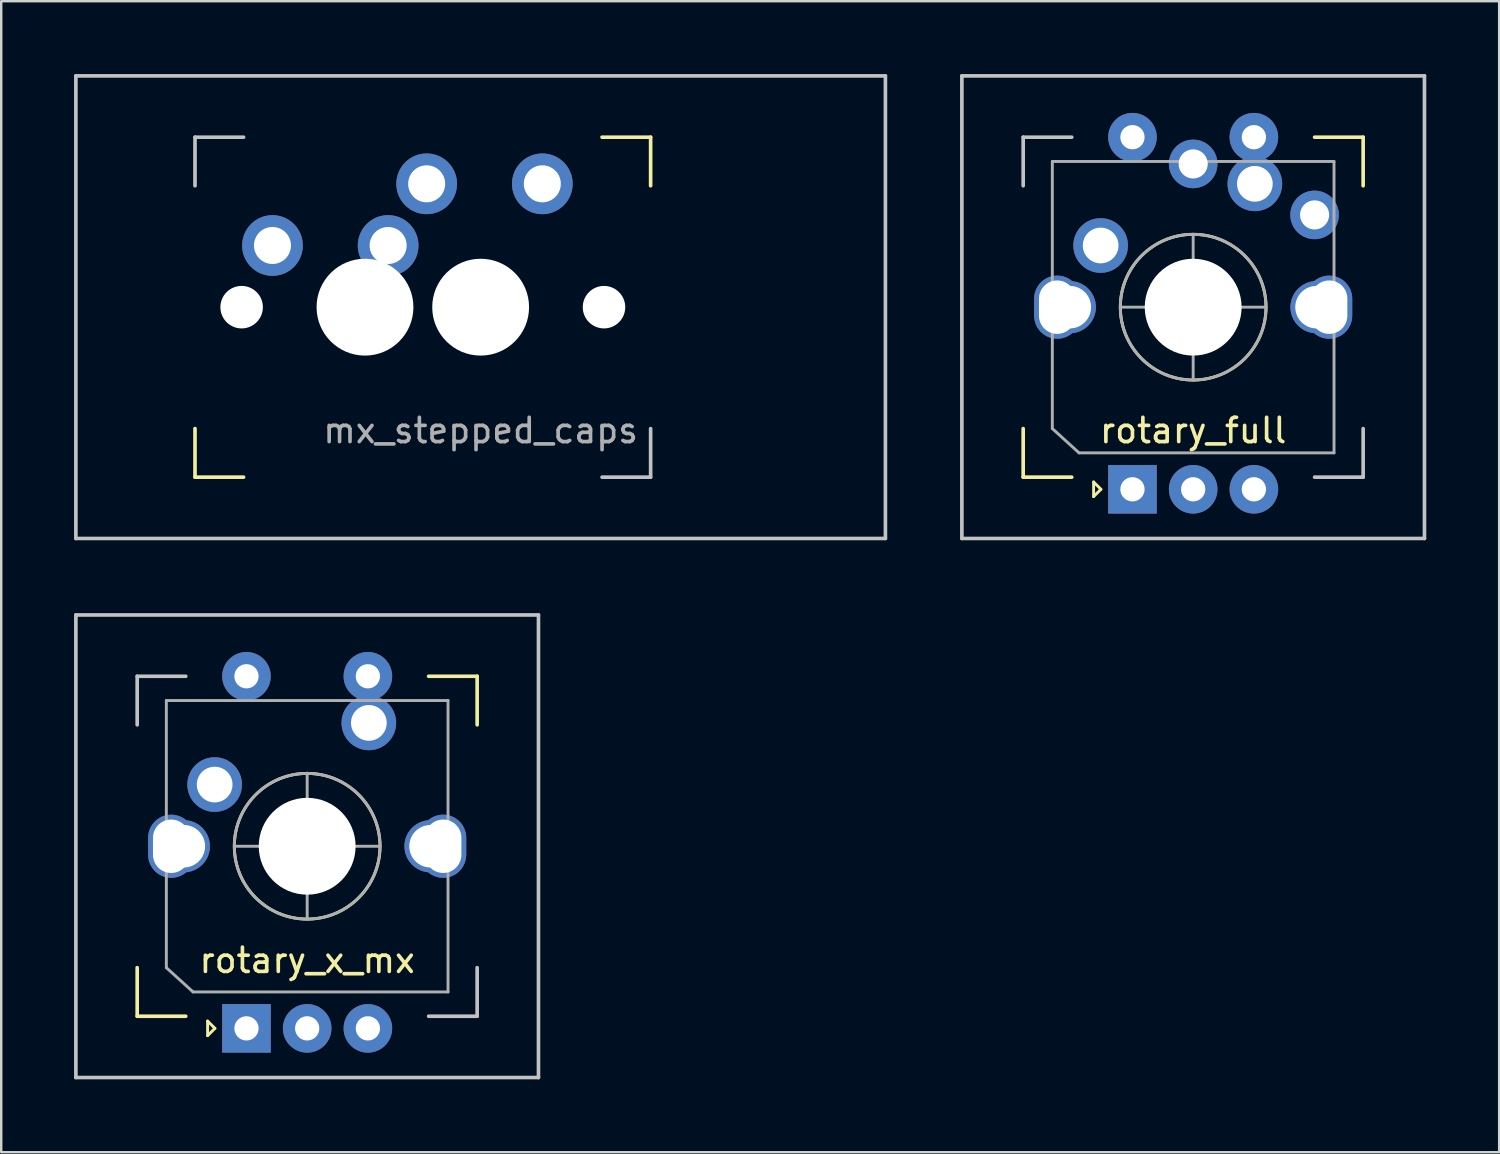
<source format=kicad_pcb>
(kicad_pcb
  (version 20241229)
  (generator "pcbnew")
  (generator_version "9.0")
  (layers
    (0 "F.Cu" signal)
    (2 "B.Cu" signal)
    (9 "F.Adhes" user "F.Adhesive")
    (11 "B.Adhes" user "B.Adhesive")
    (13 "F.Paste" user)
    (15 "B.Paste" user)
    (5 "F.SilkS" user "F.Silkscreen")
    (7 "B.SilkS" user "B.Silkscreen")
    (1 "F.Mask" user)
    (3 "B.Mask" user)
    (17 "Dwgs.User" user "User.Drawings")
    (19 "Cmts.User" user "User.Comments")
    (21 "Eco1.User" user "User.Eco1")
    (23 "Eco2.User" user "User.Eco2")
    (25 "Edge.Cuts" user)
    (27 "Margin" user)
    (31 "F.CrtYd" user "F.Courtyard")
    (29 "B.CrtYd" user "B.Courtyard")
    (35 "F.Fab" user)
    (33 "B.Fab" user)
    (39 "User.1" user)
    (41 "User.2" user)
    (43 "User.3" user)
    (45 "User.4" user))
  (footprint "rotary_x_mx"
    (layer "F.Cu")
    (at 9.6 31.8)
    (property "Reference" "rotary_x_mx" (at 0 4.699 0) (layer "F.SilkS") (effects (font (size 1 1) (thickness 0.15))))
    (attr through_hole)
    (fp_line (start -7 5) (end -7 7) (stroke (width 0.15) (type solid)) (layer "F.SilkS"))
    (fp_line (start -7 7) (end -5 7) (stroke (width 0.15) (type solid)) (layer "F.SilkS"))
    (fp_line (start -4.1 7.2) (end -3.8 7.5) (stroke (width 0.12) (type solid)) (layer "F.SilkS"))
    (fp_line (start -4.1 7.8) (end -4.1 7.2) (stroke (width 0.12) (type solid)) (layer "F.SilkS"))
    (fp_line (start -3.8 7.5) (end -4.1 7.8) (stroke (width 0.12) (type solid)) (layer "F.SilkS"))
    (fp_line (start -0.5 0) (end 0.5 0) (stroke (width 0.12) (type solid)) (layer "F.SilkS"))
    (fp_line (start 0 0.5) (end 0 -0.5) (stroke (width 0.12) (type solid)) (layer "F.SilkS"))
    (fp_line (start 5 -7) (end 7 -7) (stroke (width 0.15) (type solid)) (layer "F.SilkS"))
    (fp_line (start 7 -7) (end 7 -5) (stroke (width 0.15) (type solid)) (layer "F.SilkS"))
    (fp_circle (center 0 0) (end 0 -3) (stroke (width 0.12) (type solid)) (fill no) (layer "F.SilkS"))
    (fp_line (start -9.525 -9.525) (end 9.525 -9.525) (stroke (width 0.15) (type solid)) (layer "Dwgs.User"))
    (fp_line (start -9.525 9.525) (end -9.525 -9.525) (stroke (width 0.15) (type solid)) (layer "Dwgs.User"))
    (fp_line (start -7 -7) (end -7 -5) (stroke (width 0.15) (type solid)) (layer "Dwgs.User"))
    (fp_line (start -5 -7) (end -7 -7) (stroke (width 0.15) (type solid)) (layer "Dwgs.User"))
    (fp_line (start 5 7) (end 7 7) (stroke (width 0.15) (type solid)) (layer "Dwgs.User"))
    (fp_line (start 7 7) (end 7 5) (stroke (width 0.15) (type solid)) (layer "Dwgs.User"))
    (fp_line (start 9.525 -9.525) (end 9.525 9.525) (stroke (width 0.15) (type solid)) (layer "Dwgs.User"))
    (fp_line (start 9.525 9.525) (end -9.525 9.525) (stroke (width 0.15) (type solid)) (layer "Dwgs.User"))
    (fp_line (start -5.8 -6) (end 5.8 -6) (stroke (width 0.12) (type solid)) (layer "F.Fab"))
    (fp_line (start -5.8 5) (end -5.8 -6) (stroke (width 0.12) (type solid)) (layer "F.Fab"))
    (fp_line (start -4.7 6) (end -5.8 5) (stroke (width 0.12) (type solid)) (layer "F.Fab"))
    (fp_line (start -3 0) (end 3 0) (stroke (width 0.12) (type solid)) (layer "F.Fab"))
    (fp_line (start 0 3) (end 0 -3) (stroke (width 0.12) (type solid)) (layer "F.Fab"))
    (fp_line (start 5.8 -6) (end 5.8 6) (stroke (width 0.12) (type solid)) (layer "F.Fab"))
    (fp_line (start 5.8 6) (end -4.7 6) (stroke (width 0.12) (type solid)) (layer "F.Fab"))
    (fp_circle (center 0 0) (end 0 -3) (stroke (width 0.12) (type solid)) (fill no) (layer "F.Fab"))
    (pad "" np_thru_hole oval (at -5.6 0 90) (size 2.6 1.9) (drill oval 2.2 1.5) (layers "*.Cu" "*.Mask"))
    (pad "" np_thru_hole circle (at -5.08 0 48.1) (size 2.15 2.15) (drill 1.75) (layers "*.Cu" "*.Mask"))
    (pad "" np_thru_hole circle (at 0 0) (size 3.988 3.988) (drill 3.988) (layers "*.Cu" "*.Mask"))
    (pad "" np_thru_hole circle (at 5.08 0 48.1) (size 2.15 2.15) (drill 1.75) (layers "*.Cu" "*.Mask"))
    (pad "" np_thru_hole oval (at 5.6 0 90) (size 2.6 1.9) (drill oval 2.2 1.5) (layers "*.Cu" "*.Mask"))
    (pad "A" thru_hole rect (at -2.5 7.5 90) (size 2 2) (drill 1) (layers "*.Cu" "*.Mask"))
    (pad "B" thru_hole circle (at 2.5 7.5 90) (size 2 2) (drill 1) (layers "*.Cu" "*.Mask"))
    (pad "C" thru_hole circle (at 0 7.5 90) (size 2 2) (drill 1) (layers "*.Cu" "*.Mask"))
    (pad "S1" thru_hole circle (at 2.5 -7 90) (size 2 2) (drill 1) (layers "*.Cu" "*.Mask"))
    (pad "S1" thru_hole circle (at 2.54 -5.08) (size 2.25 2.25) (drill 1.47) (layers "*.Cu" "*.Mask"))
    (pad "S2" thru_hole circle (at -3.81 -2.54) (size 2.25 2.25) (drill 1.47) (layers "*.Cu" "*.Mask"))
    (pad "S2" thru_hole circle (at -2.5 -7 90) (size 2 2) (drill 1) (layers "*.Cu" "*.Mask")))
  (footprint "rotary_full"
    (layer "F.Cu")
    (at 46.087 9.6)
    (property "Reference" "rotary_full" (at 0 5.08 0) (layer "F.SilkS") (effects (font (size 1 1) (thickness 0.15))))
    (attr through_hole)
    (fp_line (start -7 5) (end -7 7) (stroke (width 0.15) (type solid)) (layer "F.SilkS"))
    (fp_line (start -7 7) (end -5 7) (stroke (width 0.15) (type solid)) (layer "F.SilkS"))
    (fp_line (start -4.1 7.2) (end -3.8 7.5) (stroke (width 0.12) (type solid)) (layer "F.SilkS"))
    (fp_line (start -4.1 7.8) (end -4.1 7.2) (stroke (width 0.12) (type solid)) (layer "F.SilkS"))
    (fp_line (start -3.8 7.5) (end -4.1 7.8) (stroke (width 0.12) (type solid)) (layer "F.SilkS"))
    (fp_line (start -0.5 0) (end 0.5 0) (stroke (width 0.12) (type solid)) (layer "F.SilkS"))
    (fp_line (start 0 0.5) (end 0 -0.5) (stroke (width 0.12) (type solid)) (layer "F.SilkS"))
    (fp_line (start 5 -7) (end 7 -7) (stroke (width 0.15) (type solid)) (layer "F.SilkS"))
    (fp_line (start 7 -7) (end 7 -5) (stroke (width 0.15) (type solid)) (layer "F.SilkS"))
    (fp_circle (center 0 0) (end 0 -3) (stroke (width 0.12) (type solid)) (fill no) (layer "F.SilkS"))
    (fp_line (start -9.525 -9.525) (end 9.525 -9.525) (stroke (width 0.15) (type solid)) (layer "Dwgs.User"))
    (fp_line (start -9.525 9.525) (end -9.525 -9.525) (stroke (width 0.15) (type solid)) (layer "Dwgs.User"))
    (fp_line (start -7 -7) (end -7 -5) (stroke (width 0.15) (type solid)) (layer "Dwgs.User"))
    (fp_line (start -5 -7) (end -7 -7) (stroke (width 0.15) (type solid)) (layer "Dwgs.User"))
    (fp_line (start 5 7) (end 7 7) (stroke (width 0.15) (type solid)) (layer "Dwgs.User"))
    (fp_line (start 7 7) (end 7 5) (stroke (width 0.15) (type solid)) (layer "Dwgs.User"))
    (fp_line (start 9.525 -9.525) (end 9.525 9.525) (stroke (width 0.15) (type solid)) (layer "Dwgs.User"))
    (fp_line (start 9.525 9.525) (end -9.525 9.525) (stroke (width 0.15) (type solid)) (layer "Dwgs.User"))
    (fp_line (start -5.8 -6) (end 5.8 -6) (stroke (width 0.12) (type solid)) (layer "F.Fab"))
    (fp_line (start -5.8 5) (end -5.8 -6) (stroke (width 0.12) (type solid)) (layer "F.Fab"))
    (fp_line (start -4.7 6) (end -5.8 5) (stroke (width 0.12) (type solid)) (layer "F.Fab"))
    (fp_line (start -3 0) (end 3 0) (stroke (width 0.12) (type solid)) (layer "F.Fab"))
    (fp_line (start 0 3) (end 0 -3) (stroke (width 0.12) (type solid)) (layer "F.Fab"))
    (fp_line (start 5.8 -6) (end 5.8 6) (stroke (width 0.12) (type solid)) (layer "F.Fab"))
    (fp_line (start 5.8 6) (end -4.7 6) (stroke (width 0.12) (type solid)) (layer "F.Fab"))
    (fp_circle (center 0 0) (end 0 -3) (stroke (width 0.12) (type solid)) (fill no) (layer "F.Fab"))
    (pad "" np_thru_hole oval (at -5.6 0 90) (size 2.6 1.9) (drill oval 2.2 1.5) (layers "*.Cu" "*.Mask"))
    (pad "" np_thru_hole circle (at -5.08 0 48.1) (size 2.15 2.15) (drill 1.75) (layers "*.Cu" "*.Mask"))
    (pad "" np_thru_hole circle (at 0 0) (size 3.988 3.988) (drill 3.988) (layers "*.Cu" "*.Mask"))
    (pad "" np_thru_hole circle (at 5.08 0 48.1) (size 2.15 2.15) (drill 1.75) (layers "*.Cu" "*.Mask"))
    (pad "" np_thru_hole oval (at 5.6 0 90) (size 2.6 1.9) (drill oval 2.2 1.5) (layers "*.Cu" "*.Mask"))
    (pad "A" thru_hole rect (at -2.5 7.5 90) (size 2 2) (drill 1) (layers "*.Cu" "*.Mask"))
    (pad "B" thru_hole circle (at 2.5 7.5 90) (size 2 2) (drill 1) (layers "*.Cu" "*.Mask"))
    (pad "C" thru_hole circle (at 0 7.5 90) (size 2 2) (drill 1) (layers "*.Cu" "*.Mask"))
    (pad "S1" thru_hole circle (at 2.5 -7 90) (size 2 2) (drill 1) (layers "*.Cu" "*.Mask"))
    (pad "S1" thru_hole circle (at 2.54 -5.08) (size 2.25 2.25) (drill 1.47) (layers "*.Cu" "*.Mask"))
    (pad "S1" thru_hole circle (at 5 -3.8 221.9) (size 2 2) (drill 1.2) (layers "*.Cu" "*.Mask"))
    (pad "S2" thru_hole circle (at -3.81 -2.54) (size 2.25 2.25) (drill 1.47) (layers "*.Cu" "*.Mask"))
    (pad "S2" thru_hole circle (at -2.5 -7 90) (size 2 2) (drill 1) (layers "*.Cu" "*.Mask"))
    (pad "S2" thru_hole circle (at 0 -5.9) (size 2 2) (drill 1.2) (layers "*.Cu" "*.Mask")))
  (footprint "mx_stepped_caps"
    (layer "F.Cu")
    (at 16.744 9.6)
    (property "Reference" "mx_stepped_caps" (at 0 5.08 0) (unlocked yes) (layer "Eco1.User") (effects (font (size 1 1) (thickness 0.15))))
    (fp_line (start -11.763 5) (end -11.763 7) (stroke (width 0.15) (type solid)) (layer "F.SilkS"))
    (fp_line (start -11.763 7) (end -9.763 7) (stroke (width 0.15) (type solid)) (layer "F.SilkS"))
    (fp_line (start 5 -7) (end 7 -7) (stroke (width 0.15) (type solid)) (layer "F.SilkS"))
    (fp_line (start 7 -7) (end 7 -5) (stroke (width 0.15) (type solid)) (layer "F.SilkS"))
    (fp_line (start -16.669 -9.525) (end 16.669 -9.525) (stroke (width 0.15) (type solid)) (layer "Dwgs.User"))
    (fp_line (start -16.669 9.525) (end -16.669 -9.525) (stroke (width 0.15) (type solid)) (layer "Dwgs.User"))
    (fp_line (start -16.669 9.525) (end 16.669 9.525) (stroke (width 0.15) (type solid)) (layer "Dwgs.User"))
    (fp_line (start -11.763 -7) (end -11.763 -5) (stroke (width 0.15) (type solid)) (layer "Dwgs.User"))
    (fp_line (start -9.763 -7) (end -11.763 -7) (stroke (width 0.15) (type solid)) (layer "Dwgs.User"))
    (fp_line (start 5 7) (end 7 7) (stroke (width 0.15) (type solid)) (layer "Dwgs.User"))
    (fp_line (start 7 7) (end 7 5) (stroke (width 0.15) (type solid)) (layer "Dwgs.User"))
    (fp_line (start 16.669 -9.525) (end 16.669 9.525) (stroke (width 0.15) (type solid)) (layer "Dwgs.User"))
    (fp_text user "1.75U" (at 0 -3.302 0) (layer "Eco1.User") (effects (font (size 1 1) (thickness 0.15))))
    (fp_text user "${REFERENCE}" (at 0 5.08 0) (unlocked yes) (layer "F.Fab") (effects (font (size 1 1) (thickness 0.15))))
    (pad "" np_thru_hole circle (at -9.843 0 48.1) (size 1.75 1.75) (drill 1.75) (layers "*.Cu" "*.Mask"))
    (pad "" np_thru_hole circle (at -4.763 0) (size 3.988 3.988) (drill 3.988) (layers "*.Cu" "*.Mask"))
    (pad "" np_thru_hole circle (at 0 0) (size 3.988 3.988) (drill 3.988) (layers "*.Cu" "*.Mask"))
    (pad "" np_thru_hole circle (at 5.08 0 48.1) (size 1.75 1.75) (drill 1.75) (layers "*.Cu" "*.Mask"))
    (pad "1" thru_hole circle (at -8.573 -2.54) (size 2.5 2.5) (drill 1.524) (layers "*.Cu" "*.Mask"))
    (pad "1" thru_hole circle (at -3.81 -2.54) (size 2.5 2.5) (drill 1.524) (layers "*.Cu" "*.Mask"))
    (pad "2" thru_hole circle (at -2.223 -5.08) (size 2.5 2.5) (drill 1.524) (layers "*.Cu" "*.Mask"))
    (pad "2" thru_hole circle (at 2.54 -5.08) (size 2.5 2.5) (drill 1.524) (layers "*.Cu" "*.Mask")))
  (gr_rect
    (start -3 -3)
    (end 58.688 44.4)
    (stroke (width 0.1) (type default))
    (fill no)
    (layer "Edge.Cuts")))
</source>
